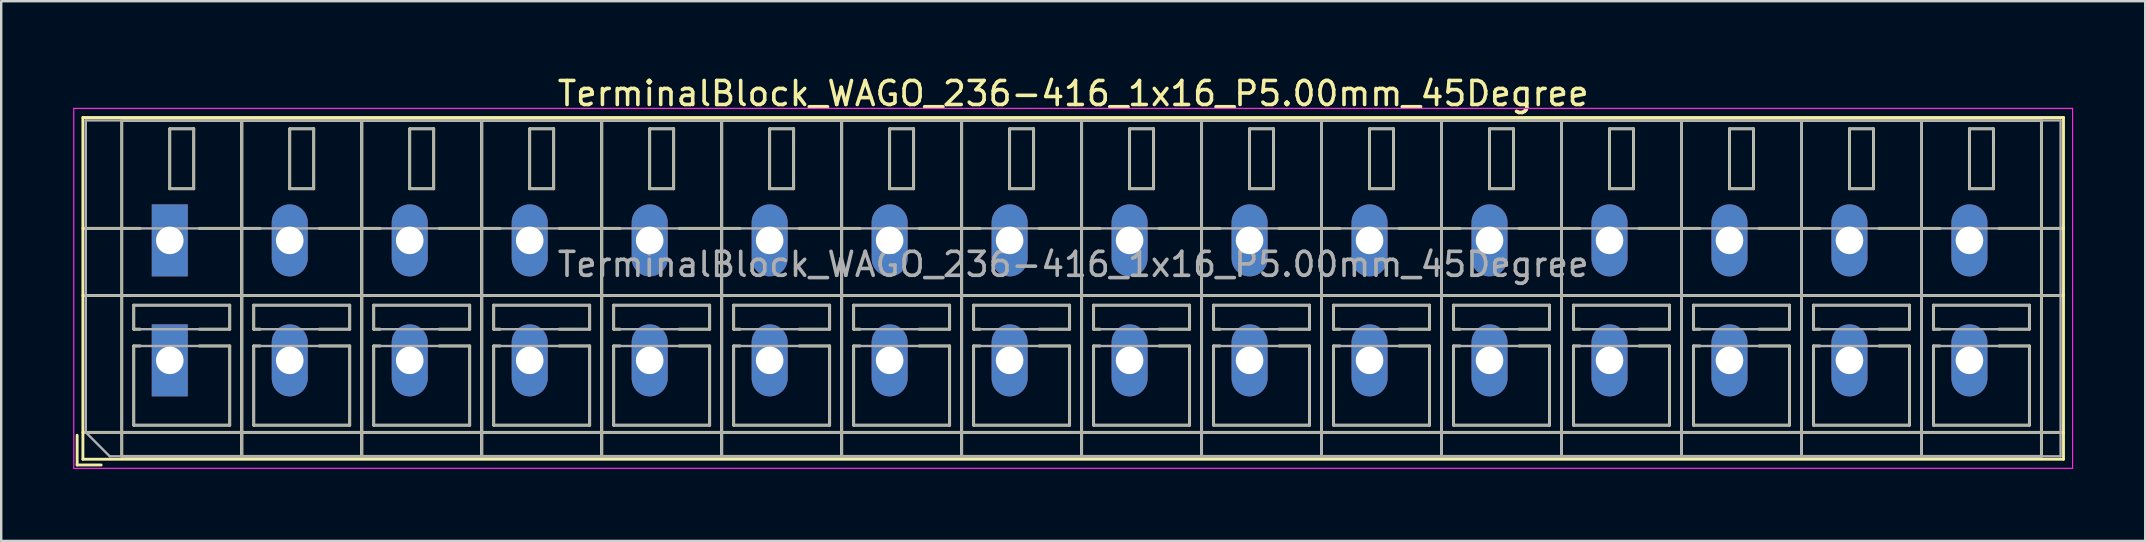
<source format=kicad_pcb>
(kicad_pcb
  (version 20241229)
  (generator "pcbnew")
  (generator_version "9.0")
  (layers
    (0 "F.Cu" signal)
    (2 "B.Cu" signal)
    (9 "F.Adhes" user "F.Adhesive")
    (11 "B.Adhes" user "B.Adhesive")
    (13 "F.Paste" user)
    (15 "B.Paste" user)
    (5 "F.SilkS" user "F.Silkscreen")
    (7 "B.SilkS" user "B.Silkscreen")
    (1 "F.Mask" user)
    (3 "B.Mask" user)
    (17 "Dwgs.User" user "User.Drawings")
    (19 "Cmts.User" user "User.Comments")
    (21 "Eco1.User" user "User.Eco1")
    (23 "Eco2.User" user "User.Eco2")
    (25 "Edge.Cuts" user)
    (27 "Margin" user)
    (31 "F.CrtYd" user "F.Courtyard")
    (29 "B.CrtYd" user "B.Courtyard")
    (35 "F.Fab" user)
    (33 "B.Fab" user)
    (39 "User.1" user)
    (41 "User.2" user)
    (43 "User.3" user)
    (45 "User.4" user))
  (footprint "TerminalBlock_WAGO_236-416_1x16_P5.00mm_45Degree"
    (layer "F.Cu")
    (at 4.025 6.968)
    (property "Reference" "TerminalBlock_WAGO_236-416_1x16_P5.00mm_45Degree" (at 37.65 -6.12 0) (layer "F.SilkS") (effects (font (size 1 1) (thickness 0.15))))
    (attr through_hole)
    (fp_line (start -3.86 8.12) (end -3.86 9.36) (stroke (width 0.12) (type solid)) (layer "F.SilkS"))
    (fp_line (start -3.86 9.36) (end -2.86 9.36) (stroke (width 0.12) (type solid)) (layer "F.SilkS"))
    (fp_line (start -3.62 -5.12) (end -3.62 9.12) (stroke (width 0.12) (type solid)) (layer "F.SilkS"))
    (fp_line (start -3.62 -5.12) (end 78.92 -5.12) (stroke (width 0.12) (type solid)) (layer "F.SilkS"))
    (fp_line (start -3.62 -0.5) (end -1.23 -0.5) (stroke (width 0.12) (type solid)) (layer "F.SilkS"))
    (fp_line (start -3.62 2.3) (end 78.92 2.3) (stroke (width 0.12) (type solid)) (layer "F.SilkS"))
    (fp_line (start -3.62 8) (end 78.92 8) (stroke (width 0.12) (type solid)) (layer "F.SilkS"))
    (fp_line (start -3.62 9.12) (end 78.92 9.12) (stroke (width 0.12) (type solid)) (layer "F.SilkS"))
    (fp_line (start -2 -5) (end -2 9) (stroke (width 0.12) (type solid)) (layer "F.SilkS"))
    (fp_line (start -2 -5) (end 3 -5) (stroke (width 0.12) (type solid)) (layer "F.SilkS"))
    (fp_line (start -2 9) (end 3 9) (stroke (width 0.12) (type solid)) (layer "F.SilkS"))
    (fp_line (start -1.5 2.7) (end -1.5 3.7) (stroke (width 0.12) (type solid)) (layer "F.SilkS"))
    (fp_line (start -1.5 2.7) (end 2.5 2.7) (stroke (width 0.12) (type solid)) (layer "F.SilkS"))
    (fp_line (start -1.5 3.7) (end -1.23 3.7) (stroke (width 0.12) (type solid)) (layer "F.SilkS"))
    (fp_line (start -1.5 4.4) (end -1.5 7.7) (stroke (width 0.12) (type solid)) (layer "F.SilkS"))
    (fp_line (start -1.5 4.4) (end -1.23 4.4) (stroke (width 0.12) (type solid)) (layer "F.SilkS"))
    (fp_line (start -1.5 7.7) (end 2.5 7.7) (stroke (width 0.12) (type solid)) (layer "F.SilkS"))
    (fp_line (start 0 -4.65) (end 0 -2.151) (stroke (width 0.12) (type solid)) (layer "F.SilkS"))
    (fp_line (start 0 -4.65) (end 1 -4.65) (stroke (width 0.12) (type solid)) (layer "F.SilkS"))
    (fp_line (start 0 -2.151) (end 1 -2.151) (stroke (width 0.12) (type solid)) (layer "F.SilkS"))
    (fp_line (start 1 -4.65) (end 1 -2.151) (stroke (width 0.12) (type solid)) (layer "F.SilkS"))
    (fp_line (start 1.23 -0.5) (end 3.77 -0.5) (stroke (width 0.12) (type solid)) (layer "F.SilkS"))
    (fp_line (start 1.23 3.7) (end 2.5 3.7) (stroke (width 0.12) (type solid)) (layer "F.SilkS"))
    (fp_line (start 1.23 4.4) (end 2.5 4.4) (stroke (width 0.12) (type solid)) (layer "F.SilkS"))
    (fp_line (start 2.5 2.7) (end 2.5 3.7) (stroke (width 0.12) (type solid)) (layer "F.SilkS"))
    (fp_line (start 2.5 4.4) (end 2.5 7.7) (stroke (width 0.12) (type solid)) (layer "F.SilkS"))
    (fp_line (start 3 -5) (end 3 9) (stroke (width 0.12) (type solid)) (layer "F.SilkS"))
    (fp_line (start 3 -5) (end 3 9) (stroke (width 0.12) (type solid)) (layer "F.SilkS"))
    (fp_line (start 3 -5) (end 8 -5) (stroke (width 0.12) (type solid)) (layer "F.SilkS"))
    (fp_line (start 3 9) (end 8 9) (stroke (width 0.12) (type solid)) (layer "F.SilkS"))
    (fp_line (start 3.5 2.7) (end 3.5 3.7) (stroke (width 0.12) (type solid)) (layer "F.SilkS"))
    (fp_line (start 3.5 2.7) (end 7.5 2.7) (stroke (width 0.12) (type solid)) (layer "F.SilkS"))
    (fp_line (start 3.5 3.7) (end 3.77 3.7) (stroke (width 0.12) (type solid)) (layer "F.SilkS"))
    (fp_line (start 3.5 4.4) (end 3.5 7.7) (stroke (width 0.12) (type solid)) (layer "F.SilkS"))
    (fp_line (start 3.5 4.4) (end 3.77 4.4) (stroke (width 0.12) (type solid)) (layer "F.SilkS"))
    (fp_line (start 3.5 7.7) (end 7.5 7.7) (stroke (width 0.12) (type solid)) (layer "F.SilkS"))
    (fp_line (start 5 -4.65) (end 5 -2.151) (stroke (width 0.12) (type solid)) (layer "F.SilkS"))
    (fp_line (start 5 -4.65) (end 6 -4.65) (stroke (width 0.12) (type solid)) (layer "F.SilkS"))
    (fp_line (start 5 -2.151) (end 6 -2.151) (stroke (width 0.12) (type solid)) (layer "F.SilkS"))
    (fp_line (start 6 -4.65) (end 6 -2.151) (stroke (width 0.12) (type solid)) (layer "F.SilkS"))
    (fp_line (start 6.23 -0.5) (end 8.77 -0.5) (stroke (width 0.12) (type solid)) (layer "F.SilkS"))
    (fp_line (start 6.23 3.7) (end 7.5 3.7) (stroke (width 0.12) (type solid)) (layer "F.SilkS"))
    (fp_line (start 6.23 4.4) (end 7.5 4.4) (stroke (width 0.12) (type solid)) (layer "F.SilkS"))
    (fp_line (start 7.5 2.7) (end 7.5 3.7) (stroke (width 0.12) (type solid)) (layer "F.SilkS"))
    (fp_line (start 7.5 4.4) (end 7.5 7.7) (stroke (width 0.12) (type solid)) (layer "F.SilkS"))
    (fp_line (start 8 -5) (end 8 9) (stroke (width 0.12) (type solid)) (layer "F.SilkS"))
    (fp_line (start 8 -5) (end 8 9) (stroke (width 0.12) (type solid)) (layer "F.SilkS"))
    (fp_line (start 8 -5) (end 13 -5) (stroke (width 0.12) (type solid)) (layer "F.SilkS"))
    (fp_line (start 8 9) (end 13 9) (stroke (width 0.12) (type solid)) (layer "F.SilkS"))
    (fp_line (start 8.5 2.7) (end 8.5 3.7) (stroke (width 0.12) (type solid)) (layer "F.SilkS"))
    (fp_line (start 8.5 2.7) (end 12.5 2.7) (stroke (width 0.12) (type solid)) (layer "F.SilkS"))
    (fp_line (start 8.5 3.7) (end 8.77 3.7) (stroke (width 0.12) (type solid)) (layer "F.SilkS"))
    (fp_line (start 8.5 4.4) (end 8.5 7.7) (stroke (width 0.12) (type solid)) (layer "F.SilkS"))
    (fp_line (start 8.5 4.4) (end 8.77 4.4) (stroke (width 0.12) (type solid)) (layer "F.SilkS"))
    (fp_line (start 8.5 7.7) (end 12.5 7.7) (stroke (width 0.12) (type solid)) (layer "F.SilkS"))
    (fp_line (start 10 -4.65) (end 10 -2.151) (stroke (width 0.12) (type solid)) (layer "F.SilkS"))
    (fp_line (start 10 -4.65) (end 11 -4.65) (stroke (width 0.12) (type solid)) (layer "F.SilkS"))
    (fp_line (start 10 -2.151) (end 11 -2.151) (stroke (width 0.12) (type solid)) (layer "F.SilkS"))
    (fp_line (start 11 -4.65) (end 11 -2.151) (stroke (width 0.12) (type solid)) (layer "F.SilkS"))
    (fp_line (start 11.23 -0.5) (end 13.77 -0.5) (stroke (width 0.12) (type solid)) (layer "F.SilkS"))
    (fp_line (start 11.23 3.7) (end 12.5 3.7) (stroke (width 0.12) (type solid)) (layer "F.SilkS"))
    (fp_line (start 11.23 4.4) (end 12.5 4.4) (stroke (width 0.12) (type solid)) (layer "F.SilkS"))
    (fp_line (start 12.5 2.7) (end 12.5 3.7) (stroke (width 0.12) (type solid)) (layer "F.SilkS"))
    (fp_line (start 12.5 4.4) (end 12.5 7.7) (stroke (width 0.12) (type solid)) (layer "F.SilkS"))
    (fp_line (start 13 -5) (end 13 9) (stroke (width 0.12) (type solid)) (layer "F.SilkS"))
    (fp_line (start 13 -5) (end 13 9) (stroke (width 0.12) (type solid)) (layer "F.SilkS"))
    (fp_line (start 13 -5) (end 18 -5) (stroke (width 0.12) (type solid)) (layer "F.SilkS"))
    (fp_line (start 13 9) (end 18 9) (stroke (width 0.12) (type solid)) (layer "F.SilkS"))
    (fp_line (start 13.5 2.7) (end 13.5 3.7) (stroke (width 0.12) (type solid)) (layer "F.SilkS"))
    (fp_line (start 13.5 2.7) (end 17.5 2.7) (stroke (width 0.12) (type solid)) (layer "F.SilkS"))
    (fp_line (start 13.5 3.7) (end 13.77 3.7) (stroke (width 0.12) (type solid)) (layer "F.SilkS"))
    (fp_line (start 13.5 4.4) (end 13.5 7.7) (stroke (width 0.12) (type solid)) (layer "F.SilkS"))
    (fp_line (start 13.5 4.4) (end 13.77 4.4) (stroke (width 0.12) (type solid)) (layer "F.SilkS"))
    (fp_line (start 13.5 7.7) (end 17.5 7.7) (stroke (width 0.12) (type solid)) (layer "F.SilkS"))
    (fp_line (start 15 -4.65) (end 15 -2.151) (stroke (width 0.12) (type solid)) (layer "F.SilkS"))
    (fp_line (start 15 -4.65) (end 16 -4.65) (stroke (width 0.12) (type solid)) (layer "F.SilkS"))
    (fp_line (start 15 -2.151) (end 16 -2.151) (stroke (width 0.12) (type solid)) (layer "F.SilkS"))
    (fp_line (start 16 -4.65) (end 16 -2.151) (stroke (width 0.12) (type solid)) (layer "F.SilkS"))
    (fp_line (start 16.23 -0.5) (end 18.77 -0.5) (stroke (width 0.12) (type solid)) (layer "F.SilkS"))
    (fp_line (start 16.23 3.7) (end 17.5 3.7) (stroke (width 0.12) (type solid)) (layer "F.SilkS"))
    (fp_line (start 16.23 4.4) (end 17.5 4.4) (stroke (width 0.12) (type solid)) (layer "F.SilkS"))
    (fp_line (start 17.5 2.7) (end 17.5 3.7) (stroke (width 0.12) (type solid)) (layer "F.SilkS"))
    (fp_line (start 17.5 4.4) (end 17.5 7.7) (stroke (width 0.12) (type solid)) (layer "F.SilkS"))
    (fp_line (start 18 -5) (end 18 9) (stroke (width 0.12) (type solid)) (layer "F.SilkS"))
    (fp_line (start 18 -5) (end 18 9) (stroke (width 0.12) (type solid)) (layer "F.SilkS"))
    (fp_line (start 18 -5) (end 23 -5) (stroke (width 0.12) (type solid)) (layer "F.SilkS"))
    (fp_line (start 18 9) (end 23 9) (stroke (width 0.12) (type solid)) (layer "F.SilkS"))
    (fp_line (start 18.5 2.7) (end 18.5 3.7) (stroke (width 0.12) (type solid)) (layer "F.SilkS"))
    (fp_line (start 18.5 2.7) (end 22.5 2.7) (stroke (width 0.12) (type solid)) (layer "F.SilkS"))
    (fp_line (start 18.5 3.7) (end 18.77 3.7) (stroke (width 0.12) (type solid)) (layer "F.SilkS"))
    (fp_line (start 18.5 4.4) (end 18.5 7.7) (stroke (width 0.12) (type solid)) (layer "F.SilkS"))
    (fp_line (start 18.5 4.4) (end 18.77 4.4) (stroke (width 0.12) (type solid)) (layer "F.SilkS"))
    (fp_line (start 18.5 7.7) (end 22.5 7.7) (stroke (width 0.12) (type solid)) (layer "F.SilkS"))
    (fp_line (start 20 -4.65) (end 20 -2.151) (stroke (width 0.12) (type solid)) (layer "F.SilkS"))
    (fp_line (start 20 -4.65) (end 21 -4.65) (stroke (width 0.12) (type solid)) (layer "F.SilkS"))
    (fp_line (start 20 -2.151) (end 21 -2.151) (stroke (width 0.12) (type solid)) (layer "F.SilkS"))
    (fp_line (start 21 -4.65) (end 21 -2.151) (stroke (width 0.12) (type solid)) (layer "F.SilkS"))
    (fp_line (start 21.23 -0.5) (end 23.77 -0.5) (stroke (width 0.12) (type solid)) (layer "F.SilkS"))
    (fp_line (start 21.23 3.7) (end 22.5 3.7) (stroke (width 0.12) (type solid)) (layer "F.SilkS"))
    (fp_line (start 21.23 4.4) (end 22.5 4.4) (stroke (width 0.12) (type solid)) (layer "F.SilkS"))
    (fp_line (start 22.5 2.7) (end 22.5 3.7) (stroke (width 0.12) (type solid)) (layer "F.SilkS"))
    (fp_line (start 22.5 4.4) (end 22.5 7.7) (stroke (width 0.12) (type solid)) (layer "F.SilkS"))
    (fp_line (start 23 -5) (end 23 9) (stroke (width 0.12) (type solid)) (layer "F.SilkS"))
    (fp_line (start 23 -5) (end 23 9) (stroke (width 0.12) (type solid)) (layer "F.SilkS"))
    (fp_line (start 23 -5) (end 28 -5) (stroke (width 0.12) (type solid)) (layer "F.SilkS"))
    (fp_line (start 23 9) (end 28 9) (stroke (width 0.12) (type solid)) (layer "F.SilkS"))
    (fp_line (start 23.5 2.7) (end 23.5 3.7) (stroke (width 0.12) (type solid)) (layer "F.SilkS"))
    (fp_line (start 23.5 2.7) (end 27.5 2.7) (stroke (width 0.12) (type solid)) (layer "F.SilkS"))
    (fp_line (start 23.5 3.7) (end 23.77 3.7) (stroke (width 0.12) (type solid)) (layer "F.SilkS"))
    (fp_line (start 23.5 4.4) (end 23.5 7.7) (stroke (width 0.12) (type solid)) (layer "F.SilkS"))
    (fp_line (start 23.5 4.4) (end 23.77 4.4) (stroke (width 0.12) (type solid)) (layer "F.SilkS"))
    (fp_line (start 23.5 7.7) (end 27.5 7.7) (stroke (width 0.12) (type solid)) (layer "F.SilkS"))
    (fp_line (start 25 -4.65) (end 25 -2.151) (stroke (width 0.12) (type solid)) (layer "F.SilkS"))
    (fp_line (start 25 -4.65) (end 26 -4.65) (stroke (width 0.12) (type solid)) (layer "F.SilkS"))
    (fp_line (start 25 -2.151) (end 26 -2.151) (stroke (width 0.12) (type solid)) (layer "F.SilkS"))
    (fp_line (start 26 -4.65) (end 26 -2.151) (stroke (width 0.12) (type solid)) (layer "F.SilkS"))
    (fp_line (start 26.23 -0.5) (end 28.77 -0.5) (stroke (width 0.12) (type solid)) (layer "F.SilkS"))
    (fp_line (start 26.23 3.7) (end 27.5 3.7) (stroke (width 0.12) (type solid)) (layer "F.SilkS"))
    (fp_line (start 26.23 4.4) (end 27.5 4.4) (stroke (width 0.12) (type solid)) (layer "F.SilkS"))
    (fp_line (start 27.5 2.7) (end 27.5 3.7) (stroke (width 0.12) (type solid)) (layer "F.SilkS"))
    (fp_line (start 27.5 4.4) (end 27.5 7.7) (stroke (width 0.12) (type solid)) (layer "F.SilkS"))
    (fp_line (start 28 -5) (end 28 9) (stroke (width 0.12) (type solid)) (layer "F.SilkS"))
    (fp_line (start 28 -5) (end 28 9) (stroke (width 0.12) (type solid)) (layer "F.SilkS"))
    (fp_line (start 28 -5) (end 33 -5) (stroke (width 0.12) (type solid)) (layer "F.SilkS"))
    (fp_line (start 28 9) (end 33 9) (stroke (width 0.12) (type solid)) (layer "F.SilkS"))
    (fp_line (start 28.5 2.7) (end 28.5 3.7) (stroke (width 0.12) (type solid)) (layer "F.SilkS"))
    (fp_line (start 28.5 2.7) (end 32.5 2.7) (stroke (width 0.12) (type solid)) (layer "F.SilkS"))
    (fp_line (start 28.5 3.7) (end 28.77 3.7) (stroke (width 0.12) (type solid)) (layer "F.SilkS"))
    (fp_line (start 28.5 4.4) (end 28.5 7.7) (stroke (width 0.12) (type solid)) (layer "F.SilkS"))
    (fp_line (start 28.5 4.4) (end 28.77 4.4) (stroke (width 0.12) (type solid)) (layer "F.SilkS"))
    (fp_line (start 28.5 7.7) (end 32.5 7.7) (stroke (width 0.12) (type solid)) (layer "F.SilkS"))
    (fp_line (start 30 -4.65) (end 30 -2.151) (stroke (width 0.12) (type solid)) (layer "F.SilkS"))
    (fp_line (start 30 -4.65) (end 31 -4.65) (stroke (width 0.12) (type solid)) (layer "F.SilkS"))
    (fp_line (start 30 -2.151) (end 31 -2.151) (stroke (width 0.12) (type solid)) (layer "F.SilkS"))
    (fp_line (start 31 -4.65) (end 31 -2.151) (stroke (width 0.12) (type solid)) (layer "F.SilkS"))
    (fp_line (start 31.23 -0.5) (end 33.77 -0.5) (stroke (width 0.12) (type solid)) (layer "F.SilkS"))
    (fp_line (start 31.23 3.7) (end 32.5 3.7) (stroke (width 0.12) (type solid)) (layer "F.SilkS"))
    (fp_line (start 31.23 4.4) (end 32.5 4.4) (stroke (width 0.12) (type solid)) (layer "F.SilkS"))
    (fp_line (start 32.5 2.7) (end 32.5 3.7) (stroke (width 0.12) (type solid)) (layer "F.SilkS"))
    (fp_line (start 32.5 4.4) (end 32.5 7.7) (stroke (width 0.12) (type solid)) (layer "F.SilkS"))
    (fp_line (start 33 -5) (end 33 9) (stroke (width 0.12) (type solid)) (layer "F.SilkS"))
    (fp_line (start 33 -5) (end 33 9) (stroke (width 0.12) (type solid)) (layer "F.SilkS"))
    (fp_line (start 33 -5) (end 38 -5) (stroke (width 0.12) (type solid)) (layer "F.SilkS"))
    (fp_line (start 33 9) (end 38 9) (stroke (width 0.12) (type solid)) (layer "F.SilkS"))
    (fp_line (start 33.5 2.7) (end 33.5 3.7) (stroke (width 0.12) (type solid)) (layer "F.SilkS"))
    (fp_line (start 33.5 2.7) (end 37.5 2.7) (stroke (width 0.12) (type solid)) (layer "F.SilkS"))
    (fp_line (start 33.5 3.7) (end 33.77 3.7) (stroke (width 0.12) (type solid)) (layer "F.SilkS"))
    (fp_line (start 33.5 4.4) (end 33.5 7.7) (stroke (width 0.12) (type solid)) (layer "F.SilkS"))
    (fp_line (start 33.5 4.4) (end 33.77 4.4) (stroke (width 0.12) (type solid)) (layer "F.SilkS"))
    (fp_line (start 33.5 7.7) (end 37.5 7.7) (stroke (width 0.12) (type solid)) (layer "F.SilkS"))
    (fp_line (start 35 -4.65) (end 35 -2.151) (stroke (width 0.12) (type solid)) (layer "F.SilkS"))
    (fp_line (start 35 -4.65) (end 36 -4.65) (stroke (width 0.12) (type solid)) (layer "F.SilkS"))
    (fp_line (start 35 -2.151) (end 36 -2.151) (stroke (width 0.12) (type solid)) (layer "F.SilkS"))
    (fp_line (start 36 -4.65) (end 36 -2.151) (stroke (width 0.12) (type solid)) (layer "F.SilkS"))
    (fp_line (start 36.23 -0.5) (end 38.77 -0.5) (stroke (width 0.12) (type solid)) (layer "F.SilkS"))
    (fp_line (start 36.23 3.7) (end 37.5 3.7) (stroke (width 0.12) (type solid)) (layer "F.SilkS"))
    (fp_line (start 36.23 4.4) (end 37.5 4.4) (stroke (width 0.12) (type solid)) (layer "F.SilkS"))
    (fp_line (start 37.5 2.7) (end 37.5 3.7) (stroke (width 0.12) (type solid)) (layer "F.SilkS"))
    (fp_line (start 37.5 4.4) (end 37.5 7.7) (stroke (width 0.12) (type solid)) (layer "F.SilkS"))
    (fp_line (start 38 -5) (end 38 9) (stroke (width 0.12) (type solid)) (layer "F.SilkS"))
    (fp_line (start 38 -5) (end 38 9) (stroke (width 0.12) (type solid)) (layer "F.SilkS"))
    (fp_line (start 38 -5) (end 43 -5) (stroke (width 0.12) (type solid)) (layer "F.SilkS"))
    (fp_line (start 38 9) (end 43 9) (stroke (width 0.12) (type solid)) (layer "F.SilkS"))
    (fp_line (start 38.5 2.7) (end 38.5 3.7) (stroke (width 0.12) (type solid)) (layer "F.SilkS"))
    (fp_line (start 38.5 2.7) (end 42.5 2.7) (stroke (width 0.12) (type solid)) (layer "F.SilkS"))
    (fp_line (start 38.5 3.7) (end 38.77 3.7) (stroke (width 0.12) (type solid)) (layer "F.SilkS"))
    (fp_line (start 38.5 4.4) (end 38.5 7.7) (stroke (width 0.12) (type solid)) (layer "F.SilkS"))
    (fp_line (start 38.5 4.4) (end 38.77 4.4) (stroke (width 0.12) (type solid)) (layer "F.SilkS"))
    (fp_line (start 38.5 7.7) (end 42.5 7.7) (stroke (width 0.12) (type solid)) (layer "F.SilkS"))
    (fp_line (start 40 -4.65) (end 40 -2.151) (stroke (width 0.12) (type solid)) (layer "F.SilkS"))
    (fp_line (start 40 -4.65) (end 41 -4.65) (stroke (width 0.12) (type solid)) (layer "F.SilkS"))
    (fp_line (start 40 -2.151) (end 41 -2.151) (stroke (width 0.12) (type solid)) (layer "F.SilkS"))
    (fp_line (start 41 -4.65) (end 41 -2.151) (stroke (width 0.12) (type solid)) (layer "F.SilkS"))
    (fp_line (start 41.23 -0.5) (end 43.77 -0.5) (stroke (width 0.12) (type solid)) (layer "F.SilkS"))
    (fp_line (start 41.23 3.7) (end 42.5 3.7) (stroke (width 0.12) (type solid)) (layer "F.SilkS"))
    (fp_line (start 41.23 4.4) (end 42.5 4.4) (stroke (width 0.12) (type solid)) (layer "F.SilkS"))
    (fp_line (start 42.5 2.7) (end 42.5 3.7) (stroke (width 0.12) (type solid)) (layer "F.SilkS"))
    (fp_line (start 42.5 4.4) (end 42.5 7.7) (stroke (width 0.12) (type solid)) (layer "F.SilkS"))
    (fp_line (start 43 -5) (end 43 9) (stroke (width 0.12) (type solid)) (layer "F.SilkS"))
    (fp_line (start 43 -5) (end 43 9) (stroke (width 0.12) (type solid)) (layer "F.SilkS"))
    (fp_line (start 43 -5) (end 48 -5) (stroke (width 0.12) (type solid)) (layer "F.SilkS"))
    (fp_line (start 43 9) (end 48 9) (stroke (width 0.12) (type solid)) (layer "F.SilkS"))
    (fp_line (start 43.5 2.7) (end 43.5 3.7) (stroke (width 0.12) (type solid)) (layer "F.SilkS"))
    (fp_line (start 43.5 2.7) (end 47.5 2.7) (stroke (width 0.12) (type solid)) (layer "F.SilkS"))
    (fp_line (start 43.5 3.7) (end 43.77 3.7) (stroke (width 0.12) (type solid)) (layer "F.SilkS"))
    (fp_line (start 43.5 4.4) (end 43.5 7.7) (stroke (width 0.12) (type solid)) (layer "F.SilkS"))
    (fp_line (start 43.5 4.4) (end 43.77 4.4) (stroke (width 0.12) (type solid)) (layer "F.SilkS"))
    (fp_line (start 43.5 7.7) (end 47.5 7.7) (stroke (width 0.12) (type solid)) (layer "F.SilkS"))
    (fp_line (start 45 -4.65) (end 45 -2.151) (stroke (width 0.12) (type solid)) (layer "F.SilkS"))
    (fp_line (start 45 -4.65) (end 46 -4.65) (stroke (width 0.12) (type solid)) (layer "F.SilkS"))
    (fp_line (start 45 -2.151) (end 46 -2.151) (stroke (width 0.12) (type solid)) (layer "F.SilkS"))
    (fp_line (start 46 -4.65) (end 46 -2.151) (stroke (width 0.12) (type solid)) (layer "F.SilkS"))
    (fp_line (start 46.23 -0.5) (end 48.77 -0.5) (stroke (width 0.12) (type solid)) (layer "F.SilkS"))
    (fp_line (start 46.23 3.7) (end 47.5 3.7) (stroke (width 0.12) (type solid)) (layer "F.SilkS"))
    (fp_line (start 46.23 4.4) (end 47.5 4.4) (stroke (width 0.12) (type solid)) (layer "F.SilkS"))
    (fp_line (start 47.5 2.7) (end 47.5 3.7) (stroke (width 0.12) (type solid)) (layer "F.SilkS"))
    (fp_line (start 47.5 4.4) (end 47.5 7.7) (stroke (width 0.12) (type solid)) (layer "F.SilkS"))
    (fp_line (start 48 -5) (end 48 9) (stroke (width 0.12) (type solid)) (layer "F.SilkS"))
    (fp_line (start 48 -5) (end 48 9) (stroke (width 0.12) (type solid)) (layer "F.SilkS"))
    (fp_line (start 48 -5) (end 53 -5) (stroke (width 0.12) (type solid)) (layer "F.SilkS"))
    (fp_line (start 48 9) (end 53 9) (stroke (width 0.12) (type solid)) (layer "F.SilkS"))
    (fp_line (start 48.5 2.7) (end 48.5 3.7) (stroke (width 0.12) (type solid)) (layer "F.SilkS"))
    (fp_line (start 48.5 2.7) (end 52.5 2.7) (stroke (width 0.12) (type solid)) (layer "F.SilkS"))
    (fp_line (start 48.5 3.7) (end 48.77 3.7) (stroke (width 0.12) (type solid)) (layer "F.SilkS"))
    (fp_line (start 48.5 4.4) (end 48.5 7.7) (stroke (width 0.12) (type solid)) (layer "F.SilkS"))
    (fp_line (start 48.5 4.4) (end 48.77 4.4) (stroke (width 0.12) (type solid)) (layer "F.SilkS"))
    (fp_line (start 48.5 7.7) (end 52.5 7.7) (stroke (width 0.12) (type solid)) (layer "F.SilkS"))
    (fp_line (start 50 -4.65) (end 50 -2.151) (stroke (width 0.12) (type solid)) (layer "F.SilkS"))
    (fp_line (start 50 -4.65) (end 51 -4.65) (stroke (width 0.12) (type solid)) (layer "F.SilkS"))
    (fp_line (start 50 -2.151) (end 51 -2.151) (stroke (width 0.12) (type solid)) (layer "F.SilkS"))
    (fp_line (start 51 -4.65) (end 51 -2.151) (stroke (width 0.12) (type solid)) (layer "F.SilkS"))
    (fp_line (start 51.23 -0.5) (end 53.77 -0.5) (stroke (width 0.12) (type solid)) (layer "F.SilkS"))
    (fp_line (start 51.23 3.7) (end 52.5 3.7) (stroke (width 0.12) (type solid)) (layer "F.SilkS"))
    (fp_line (start 51.23 4.4) (end 52.5 4.4) (stroke (width 0.12) (type solid)) (layer "F.SilkS"))
    (fp_line (start 52.5 2.7) (end 52.5 3.7) (stroke (width 0.12) (type solid)) (layer "F.SilkS"))
    (fp_line (start 52.5 4.4) (end 52.5 7.7) (stroke (width 0.12) (type solid)) (layer "F.SilkS"))
    (fp_line (start 53 -5) (end 53 9) (stroke (width 0.12) (type solid)) (layer "F.SilkS"))
    (fp_line (start 53 -5) (end 53 9) (stroke (width 0.12) (type solid)) (layer "F.SilkS"))
    (fp_line (start 53 -5) (end 58 -5) (stroke (width 0.12) (type solid)) (layer "F.SilkS"))
    (fp_line (start 53 9) (end 58 9) (stroke (width 0.12) (type solid)) (layer "F.SilkS"))
    (fp_line (start 53.5 2.7) (end 53.5 3.7) (stroke (width 0.12) (type solid)) (layer "F.SilkS"))
    (fp_line (start 53.5 2.7) (end 57.5 2.7) (stroke (width 0.12) (type solid)) (layer "F.SilkS"))
    (fp_line (start 53.5 3.7) (end 53.77 3.7) (stroke (width 0.12) (type solid)) (layer "F.SilkS"))
    (fp_line (start 53.5 4.4) (end 53.5 7.7) (stroke (width 0.12) (type solid)) (layer "F.SilkS"))
    (fp_line (start 53.5 4.4) (end 53.77 4.4) (stroke (width 0.12) (type solid)) (layer "F.SilkS"))
    (fp_line (start 53.5 7.7) (end 57.5 7.7) (stroke (width 0.12) (type solid)) (layer "F.SilkS"))
    (fp_line (start 55 -4.65) (end 55 -2.151) (stroke (width 0.12) (type solid)) (layer "F.SilkS"))
    (fp_line (start 55 -4.65) (end 56 -4.65) (stroke (width 0.12) (type solid)) (layer "F.SilkS"))
    (fp_line (start 55 -2.151) (end 56 -2.151) (stroke (width 0.12) (type solid)) (layer "F.SilkS"))
    (fp_line (start 56 -4.65) (end 56 -2.151) (stroke (width 0.12) (type solid)) (layer "F.SilkS"))
    (fp_line (start 56.23 -0.5) (end 58.77 -0.5) (stroke (width 0.12) (type solid)) (layer "F.SilkS"))
    (fp_line (start 56.23 3.7) (end 57.5 3.7) (stroke (width 0.12) (type solid)) (layer "F.SilkS"))
    (fp_line (start 56.23 4.4) (end 57.5 4.4) (stroke (width 0.12) (type solid)) (layer "F.SilkS"))
    (fp_line (start 57.5 2.7) (end 57.5 3.7) (stroke (width 0.12) (type solid)) (layer "F.SilkS"))
    (fp_line (start 57.5 4.4) (end 57.5 7.7) (stroke (width 0.12) (type solid)) (layer "F.SilkS"))
    (fp_line (start 58 -5) (end 58 9) (stroke (width 0.12) (type solid)) (layer "F.SilkS"))
    (fp_line (start 58 -5) (end 58 9) (stroke (width 0.12) (type solid)) (layer "F.SilkS"))
    (fp_line (start 58 -5) (end 63 -5) (stroke (width 0.12) (type solid)) (layer "F.SilkS"))
    (fp_line (start 58 9) (end 63 9) (stroke (width 0.12) (type solid)) (layer "F.SilkS"))
    (fp_line (start 58.5 2.7) (end 58.5 3.7) (stroke (width 0.12) (type solid)) (layer "F.SilkS"))
    (fp_line (start 58.5 2.7) (end 62.5 2.7) (stroke (width 0.12) (type solid)) (layer "F.SilkS"))
    (fp_line (start 58.5 3.7) (end 58.77 3.7) (stroke (width 0.12) (type solid)) (layer "F.SilkS"))
    (fp_line (start 58.5 4.4) (end 58.5 7.7) (stroke (width 0.12) (type solid)) (layer "F.SilkS"))
    (fp_line (start 58.5 4.4) (end 58.77 4.4) (stroke (width 0.12) (type solid)) (layer "F.SilkS"))
    (fp_line (start 58.5 7.7) (end 62.5 7.7) (stroke (width 0.12) (type solid)) (layer "F.SilkS"))
    (fp_line (start 60 -4.65) (end 60 -2.151) (stroke (width 0.12) (type solid)) (layer "F.SilkS"))
    (fp_line (start 60 -4.65) (end 61 -4.65) (stroke (width 0.12) (type solid)) (layer "F.SilkS"))
    (fp_line (start 60 -2.151) (end 61 -2.151) (stroke (width 0.12) (type solid)) (layer "F.SilkS"))
    (fp_line (start 61 -4.65) (end 61 -2.151) (stroke (width 0.12) (type solid)) (layer "F.SilkS"))
    (fp_line (start 61.23 -0.5) (end 63.77 -0.5) (stroke (width 0.12) (type solid)) (layer "F.SilkS"))
    (fp_line (start 61.23 3.7) (end 62.5 3.7) (stroke (width 0.12) (type solid)) (layer "F.SilkS"))
    (fp_line (start 61.23 4.4) (end 62.5 4.4) (stroke (width 0.12) (type solid)) (layer "F.SilkS"))
    (fp_line (start 62.5 2.7) (end 62.5 3.7) (stroke (width 0.12) (type solid)) (layer "F.SilkS"))
    (fp_line (start 62.5 4.4) (end 62.5 7.7) (stroke (width 0.12) (type solid)) (layer "F.SilkS"))
    (fp_line (start 63 -5) (end 63 9) (stroke (width 0.12) (type solid)) (layer "F.SilkS"))
    (fp_line (start 63 -5) (end 63 9) (stroke (width 0.12) (type solid)) (layer "F.SilkS"))
    (fp_line (start 63 -5) (end 68 -5) (stroke (width 0.12) (type solid)) (layer "F.SilkS"))
    (fp_line (start 63 9) (end 68 9) (stroke (width 0.12) (type solid)) (layer "F.SilkS"))
    (fp_line (start 63.5 2.7) (end 63.5 3.7) (stroke (width 0.12) (type solid)) (layer "F.SilkS"))
    (fp_line (start 63.5 2.7) (end 67.5 2.7) (stroke (width 0.12) (type solid)) (layer "F.SilkS"))
    (fp_line (start 63.5 3.7) (end 63.77 3.7) (stroke (width 0.12) (type solid)) (layer "F.SilkS"))
    (fp_line (start 63.5 4.4) (end 63.5 7.7) (stroke (width 0.12) (type solid)) (layer "F.SilkS"))
    (fp_line (start 63.5 4.4) (end 63.77 4.4) (stroke (width 0.12) (type solid)) (layer "F.SilkS"))
    (fp_line (start 63.5 7.7) (end 67.5 7.7) (stroke (width 0.12) (type solid)) (layer "F.SilkS"))
    (fp_line (start 65 -4.65) (end 65 -2.151) (stroke (width 0.12) (type solid)) (layer "F.SilkS"))
    (fp_line (start 65 -4.65) (end 66 -4.65) (stroke (width 0.12) (type solid)) (layer "F.SilkS"))
    (fp_line (start 65 -2.151) (end 66 -2.151) (stroke (width 0.12) (type solid)) (layer "F.SilkS"))
    (fp_line (start 66 -4.65) (end 66 -2.151) (stroke (width 0.12) (type solid)) (layer "F.SilkS"))
    (fp_line (start 66.23 -0.5) (end 68.77 -0.5) (stroke (width 0.12) (type solid)) (layer "F.SilkS"))
    (fp_line (start 66.23 3.7) (end 67.5 3.7) (stroke (width 0.12) (type solid)) (layer "F.SilkS"))
    (fp_line (start 66.23 4.4) (end 67.5 4.4) (stroke (width 0.12) (type solid)) (layer "F.SilkS"))
    (fp_line (start 67.5 2.7) (end 67.5 3.7) (stroke (width 0.12) (type solid)) (layer "F.SilkS"))
    (fp_line (start 67.5 4.4) (end 67.5 7.7) (stroke (width 0.12) (type solid)) (layer "F.SilkS"))
    (fp_line (start 68 -5) (end 68 9) (stroke (width 0.12) (type solid)) (layer "F.SilkS"))
    (fp_line (start 68 -5) (end 68 9) (stroke (width 0.12) (type solid)) (layer "F.SilkS"))
    (fp_line (start 68 -5) (end 73 -5) (stroke (width 0.12) (type solid)) (layer "F.SilkS"))
    (fp_line (start 68 9) (end 73 9) (stroke (width 0.12) (type solid)) (layer "F.SilkS"))
    (fp_line (start 68.5 2.7) (end 68.5 3.7) (stroke (width 0.12) (type solid)) (layer "F.SilkS"))
    (fp_line (start 68.5 2.7) (end 72.5 2.7) (stroke (width 0.12) (type solid)) (layer "F.SilkS"))
    (fp_line (start 68.5 3.7) (end 68.77 3.7) (stroke (width 0.12) (type solid)) (layer "F.SilkS"))
    (fp_line (start 68.5 4.4) (end 68.5 7.7) (stroke (width 0.12) (type solid)) (layer "F.SilkS"))
    (fp_line (start 68.5 4.4) (end 68.77 4.4) (stroke (width 0.12) (type solid)) (layer "F.SilkS"))
    (fp_line (start 68.5 7.7) (end 72.5 7.7) (stroke (width 0.12) (type solid)) (layer "F.SilkS"))
    (fp_line (start 70 -4.65) (end 70 -2.151) (stroke (width 0.12) (type solid)) (layer "F.SilkS"))
    (fp_line (start 70 -4.65) (end 71 -4.65) (stroke (width 0.12) (type solid)) (layer "F.SilkS"))
    (fp_line (start 70 -2.151) (end 71 -2.151) (stroke (width 0.12) (type solid)) (layer "F.SilkS"))
    (fp_line (start 71 -4.65) (end 71 -2.151) (stroke (width 0.12) (type solid)) (layer "F.SilkS"))
    (fp_line (start 71.23 -0.5) (end 73.77 -0.5) (stroke (width 0.12) (type solid)) (layer "F.SilkS"))
    (fp_line (start 71.23 3.7) (end 72.5 3.7) (stroke (width 0.12) (type solid)) (layer "F.SilkS"))
    (fp_line (start 71.23 4.4) (end 72.5 4.4) (stroke (width 0.12) (type solid)) (layer "F.SilkS"))
    (fp_line (start 72.5 2.7) (end 72.5 3.7) (stroke (width 0.12) (type solid)) (layer "F.SilkS"))
    (fp_line (start 72.5 4.4) (end 72.5 7.7) (stroke (width 0.12) (type solid)) (layer "F.SilkS"))
    (fp_line (start 73 -5) (end 73 9) (stroke (width 0.12) (type solid)) (layer "F.SilkS"))
    (fp_line (start 73 -5) (end 73 9) (stroke (width 0.12) (type solid)) (layer "F.SilkS"))
    (fp_line (start 73 -5) (end 78 -5) (stroke (width 0.12) (type solid)) (layer "F.SilkS"))
    (fp_line (start 73 9) (end 78 9) (stroke (width 0.12) (type solid)) (layer "F.SilkS"))
    (fp_line (start 73.5 2.7) (end 73.5 3.7) (stroke (width 0.12) (type solid)) (layer "F.SilkS"))
    (fp_line (start 73.5 2.7) (end 77.5 2.7) (stroke (width 0.12) (type solid)) (layer "F.SilkS"))
    (fp_line (start 73.5 3.7) (end 73.77 3.7) (stroke (width 0.12) (type solid)) (layer "F.SilkS"))
    (fp_line (start 73.5 4.4) (end 73.5 7.7) (stroke (width 0.12) (type solid)) (layer "F.SilkS"))
    (fp_line (start 73.5 4.4) (end 73.77 4.4) (stroke (width 0.12) (type solid)) (layer "F.SilkS"))
    (fp_line (start 73.5 7.7) (end 77.5 7.7) (stroke (width 0.12) (type solid)) (layer "F.SilkS"))
    (fp_line (start 75 -4.65) (end 75 -2.151) (stroke (width 0.12) (type solid)) (layer "F.SilkS"))
    (fp_line (start 75 -4.65) (end 76 -4.65) (stroke (width 0.12) (type solid)) (layer "F.SilkS"))
    (fp_line (start 75 -2.151) (end 76 -2.151) (stroke (width 0.12) (type solid)) (layer "F.SilkS"))
    (fp_line (start 76 -4.65) (end 76 -2.151) (stroke (width 0.12) (type solid)) (layer "F.SilkS"))
    (fp_line (start 76.23 -0.5) (end 78.92 -0.5) (stroke (width 0.12) (type solid)) (layer "F.SilkS"))
    (fp_line (start 76.23 3.7) (end 77.5 3.7) (stroke (width 0.12) (type solid)) (layer "F.SilkS"))
    (fp_line (start 76.23 4.4) (end 77.5 4.4) (stroke (width 0.12) (type solid)) (layer "F.SilkS"))
    (fp_line (start 77.5 2.7) (end 77.5 3.7) (stroke (width 0.12) (type solid)) (layer "F.SilkS"))
    (fp_line (start 77.5 4.4) (end 77.5 7.7) (stroke (width 0.12) (type solid)) (layer "F.SilkS"))
    (fp_line (start 78 -5) (end 78 9) (stroke (width 0.12) (type solid)) (layer "F.SilkS"))
    (fp_line (start 78.92 -5.12) (end 78.92 9.12) (stroke (width 0.12) (type solid)) (layer "F.SilkS"))
    (fp_line (start -4 -5.5) (end -4 9.5) (stroke (width 0.05) (type solid)) (layer "F.CrtYd"))
    (fp_line (start -4 9.5) (end 79.3 9.5) (stroke (width 0.05) (type solid)) (layer "F.CrtYd"))
    (fp_line (start 79.3 -5.5) (end -4 -5.5) (stroke (width 0.05) (type solid)) (layer "F.CrtYd"))
    (fp_line (start 79.3 9.5) (end 79.3 -5.5) (stroke (width 0.05) (type solid)) (layer "F.CrtYd"))
    (fp_line (start -3.5 -5) (end 78.8 -5) (stroke (width 0.1) (type solid)) (layer "F.Fab"))
    (fp_line (start -3.5 -0.5) (end 78.8 -0.5) (stroke (width 0.1) (type solid)) (layer "F.Fab"))
    (fp_line (start -3.5 2.3) (end 78.8 2.3) (stroke (width 0.1) (type solid)) (layer "F.Fab"))
    (fp_line (start -3.5 8) (end -3.5 -5) (stroke (width 0.1) (type solid)) (layer "F.Fab"))
    (fp_line (start -3.5 8) (end 78.8 8) (stroke (width 0.1) (type solid)) (layer "F.Fab"))
    (fp_line (start -2.5 9) (end -3.5 8) (stroke (width 0.1) (type solid)) (layer "F.Fab"))
    (fp_line (start -2 -5) (end -2 9) (stroke (width 0.1) (type solid)) (layer "F.Fab"))
    (fp_line (start -2 9) (end 3 9) (stroke (width 0.1) (type solid)) (layer "F.Fab"))
    (fp_line (start -1.5 2.7) (end -1.5 3.7) (stroke (width 0.1) (type solid)) (layer "F.Fab"))
    (fp_line (start -1.5 3.7) (end 2.5 3.7) (stroke (width 0.1) (type solid)) (layer "F.Fab"))
    (fp_line (start -1.5 4.4) (end -1.5 7.7) (stroke (width 0.1) (type solid)) (layer "F.Fab"))
    (fp_line (start -1.5 7.7) (end 2.5 7.7) (stroke (width 0.1) (type solid)) (layer "F.Fab"))
    (fp_line (start 0 -4.65) (end 0 -2.15) (stroke (width 0.1) (type solid)) (layer "F.Fab"))
    (fp_line (start 0 -2.15) (end 1 -2.15) (stroke (width 0.1) (type solid)) (layer "F.Fab"))
    (fp_line (start 1 -4.65) (end 0 -4.65) (stroke (width 0.1) (type solid)) (layer "F.Fab"))
    (fp_line (start 1 -2.15) (end 1 -4.65) (stroke (width 0.1) (type solid)) (layer "F.Fab"))
    (fp_line (start 2.5 2.7) (end -1.5 2.7) (stroke (width 0.1) (type solid)) (layer "F.Fab"))
    (fp_line (start 2.5 3.7) (end 2.5 2.7) (stroke (width 0.1) (type solid)) (layer "F.Fab"))
    (fp_line (start 2.5 4.4) (end -1.5 4.4) (stroke (width 0.1) (type solid)) (layer "F.Fab"))
    (fp_line (start 2.5 7.7) (end 2.5 4.4) (stroke (width 0.1) (type solid)) (layer "F.Fab"))
    (fp_line (start 3 -5) (end -2 -5) (stroke (width 0.1) (type solid)) (layer "F.Fab"))
    (fp_line (start 3 -5) (end 3 9) (stroke (width 0.1) (type solid)) (layer "F.Fab"))
    (fp_line (start 3 9) (end 3 -5) (stroke (width 0.1) (type solid)) (layer "F.Fab"))
    (fp_line (start 3 9) (end 8 9) (stroke (width 0.1) (type solid)) (layer "F.Fab"))
    (fp_line (start 3.5 2.7) (end 3.5 3.7) (stroke (width 0.1) (type solid)) (layer "F.Fab"))
    (fp_line (start 3.5 3.7) (end 7.5 3.7) (stroke (width 0.1) (type solid)) (layer "F.Fab"))
    (fp_line (start 3.5 4.4) (end 3.5 7.7) (stroke (width 0.1) (type solid)) (layer "F.Fab"))
    (fp_line (start 3.5 7.7) (end 7.5 7.7) (stroke (width 0.1) (type solid)) (layer "F.Fab"))
    (fp_line (start 5 -4.65) (end 5 -2.15) (stroke (width 0.1) (type solid)) (layer "F.Fab"))
    (fp_line (start 5 -2.15) (end 6 -2.15) (stroke (width 0.1) (type solid)) (layer "F.Fab"))
    (fp_line (start 6 -4.65) (end 5 -4.65) (stroke (width 0.1) (type solid)) (layer "F.Fab"))
    (fp_line (start 6 -2.15) (end 6 -4.65) (stroke (width 0.1) (type solid)) (layer "F.Fab"))
    (fp_line (start 7.5 2.7) (end 3.5 2.7) (stroke (width 0.1) (type solid)) (layer "F.Fab"))
    (fp_line (start 7.5 3.7) (end 7.5 2.7) (stroke (width 0.1) (type solid)) (layer "F.Fab"))
    (fp_line (start 7.5 4.4) (end 3.5 4.4) (stroke (width 0.1) (type solid)) (layer "F.Fab"))
    (fp_line (start 7.5 7.7) (end 7.5 4.4) (stroke (width 0.1) (type solid)) (layer "F.Fab"))
    (fp_line (start 8 -5) (end 3 -5) (stroke (width 0.1) (type solid)) (layer "F.Fab"))
    (fp_line (start 8 -5) (end 8 9) (stroke (width 0.1) (type solid)) (layer "F.Fab"))
    (fp_line (start 8 9) (end 8 -5) (stroke (width 0.1) (type solid)) (layer "F.Fab"))
    (fp_line (start 8 9) (end 13 9) (stroke (width 0.1) (type solid)) (layer "F.Fab"))
    (fp_line (start 8.5 2.7) (end 8.5 3.7) (stroke (width 0.1) (type solid)) (layer "F.Fab"))
    (fp_line (start 8.5 3.7) (end 12.5 3.7) (stroke (width 0.1) (type solid)) (layer "F.Fab"))
    (fp_line (start 8.5 4.4) (end 8.5 7.7) (stroke (width 0.1) (type solid)) (layer "F.Fab"))
    (fp_line (start 8.5 7.7) (end 12.5 7.7) (stroke (width 0.1) (type solid)) (layer "F.Fab"))
    (fp_line (start 10 -4.65) (end 10 -2.15) (stroke (width 0.1) (type solid)) (layer "F.Fab"))
    (fp_line (start 10 -2.15) (end 11 -2.15) (stroke (width 0.1) (type solid)) (layer "F.Fab"))
    (fp_line (start 11 -4.65) (end 10 -4.65) (stroke (width 0.1) (type solid)) (layer "F.Fab"))
    (fp_line (start 11 -2.15) (end 11 -4.65) (stroke (width 0.1) (type solid)) (layer "F.Fab"))
    (fp_line (start 12.5 2.7) (end 8.5 2.7) (stroke (width 0.1) (type solid)) (layer "F.Fab"))
    (fp_line (start 12.5 3.7) (end 12.5 2.7) (stroke (width 0.1) (type solid)) (layer "F.Fab"))
    (fp_line (start 12.5 4.4) (end 8.5 4.4) (stroke (width 0.1) (type solid)) (layer "F.Fab"))
    (fp_line (start 12.5 7.7) (end 12.5 4.4) (stroke (width 0.1) (type solid)) (layer "F.Fab"))
    (fp_line (start 13 -5) (end 8 -5) (stroke (width 0.1) (type solid)) (layer "F.Fab"))
    (fp_line (start 13 -5) (end 13 9) (stroke (width 0.1) (type solid)) (layer "F.Fab"))
    (fp_line (start 13 9) (end 13 -5) (stroke (width 0.1) (type solid)) (layer "F.Fab"))
    (fp_line (start 13 9) (end 18 9) (stroke (width 0.1) (type solid)) (layer "F.Fab"))
    (fp_line (start 13.5 2.7) (end 13.5 3.7) (stroke (width 0.1) (type solid)) (layer "F.Fab"))
    (fp_line (start 13.5 3.7) (end 17.5 3.7) (stroke (width 0.1) (type solid)) (layer "F.Fab"))
    (fp_line (start 13.5 4.4) (end 13.5 7.7) (stroke (width 0.1) (type solid)) (layer "F.Fab"))
    (fp_line (start 13.5 7.7) (end 17.5 7.7) (stroke (width 0.1) (type solid)) (layer "F.Fab"))
    (fp_line (start 15 -4.65) (end 15 -2.15) (stroke (width 0.1) (type solid)) (layer "F.Fab"))
    (fp_line (start 15 -2.15) (end 16 -2.15) (stroke (width 0.1) (type solid)) (layer "F.Fab"))
    (fp_line (start 16 -4.65) (end 15 -4.65) (stroke (width 0.1) (type solid)) (layer "F.Fab"))
    (fp_line (start 16 -2.15) (end 16 -4.65) (stroke (width 0.1) (type solid)) (layer "F.Fab"))
    (fp_line (start 17.5 2.7) (end 13.5 2.7) (stroke (width 0.1) (type solid)) (layer "F.Fab"))
    (fp_line (start 17.5 3.7) (end 17.5 2.7) (stroke (width 0.1) (type solid)) (layer "F.Fab"))
    (fp_line (start 17.5 4.4) (end 13.5 4.4) (stroke (width 0.1) (type solid)) (layer "F.Fab"))
    (fp_line (start 17.5 7.7) (end 17.5 4.4) (stroke (width 0.1) (type solid)) (layer "F.Fab"))
    (fp_line (start 18 -5) (end 13 -5) (stroke (width 0.1) (type solid)) (layer "F.Fab"))
    (fp_line (start 18 -5) (end 18 9) (stroke (width 0.1) (type solid)) (layer "F.Fab"))
    (fp_line (start 18 9) (end 18 -5) (stroke (width 0.1) (type solid)) (layer "F.Fab"))
    (fp_line (start 18 9) (end 23 9) (stroke (width 0.1) (type solid)) (layer "F.Fab"))
    (fp_line (start 18.5 2.7) (end 18.5 3.7) (stroke (width 0.1) (type solid)) (layer "F.Fab"))
    (fp_line (start 18.5 3.7) (end 22.5 3.7) (stroke (width 0.1) (type solid)) (layer "F.Fab"))
    (fp_line (start 18.5 4.4) (end 18.5 7.7) (stroke (width 0.1) (type solid)) (layer "F.Fab"))
    (fp_line (start 18.5 7.7) (end 22.5 7.7) (stroke (width 0.1) (type solid)) (layer "F.Fab"))
    (fp_line (start 20 -4.65) (end 20 -2.15) (stroke (width 0.1) (type solid)) (layer "F.Fab"))
    (fp_line (start 20 -2.15) (end 21 -2.15) (stroke (width 0.1) (type solid)) (layer "F.Fab"))
    (fp_line (start 21 -4.65) (end 20 -4.65) (stroke (width 0.1) (type solid)) (layer "F.Fab"))
    (fp_line (start 21 -2.15) (end 21 -4.65) (stroke (width 0.1) (type solid)) (layer "F.Fab"))
    (fp_line (start 22.5 2.7) (end 18.5 2.7) (stroke (width 0.1) (type solid)) (layer "F.Fab"))
    (fp_line (start 22.5 3.7) (end 22.5 2.7) (stroke (width 0.1) (type solid)) (layer "F.Fab"))
    (fp_line (start 22.5 4.4) (end 18.5 4.4) (stroke (width 0.1) (type solid)) (layer "F.Fab"))
    (fp_line (start 22.5 7.7) (end 22.5 4.4) (stroke (width 0.1) (type solid)) (layer "F.Fab"))
    (fp_line (start 23 -5) (end 18 -5) (stroke (width 0.1) (type solid)) (layer "F.Fab"))
    (fp_line (start 23 -5) (end 23 9) (stroke (width 0.1) (type solid)) (layer "F.Fab"))
    (fp_line (start 23 9) (end 23 -5) (stroke (width 0.1) (type solid)) (layer "F.Fab"))
    (fp_line (start 23 9) (end 28 9) (stroke (width 0.1) (type solid)) (layer "F.Fab"))
    (fp_line (start 23.5 2.7) (end 23.5 3.7) (stroke (width 0.1) (type solid)) (layer "F.Fab"))
    (fp_line (start 23.5 3.7) (end 27.5 3.7) (stroke (width 0.1) (type solid)) (layer "F.Fab"))
    (fp_line (start 23.5 4.4) (end 23.5 7.7) (stroke (width 0.1) (type solid)) (layer "F.Fab"))
    (fp_line (start 23.5 7.7) (end 27.5 7.7) (stroke (width 0.1) (type solid)) (layer "F.Fab"))
    (fp_line (start 25 -4.65) (end 25 -2.15) (stroke (width 0.1) (type solid)) (layer "F.Fab"))
    (fp_line (start 25 -2.15) (end 26 -2.15) (stroke (width 0.1) (type solid)) (layer "F.Fab"))
    (fp_line (start 26 -4.65) (end 25 -4.65) (stroke (width 0.1) (type solid)) (layer "F.Fab"))
    (fp_line (start 26 -2.15) (end 26 -4.65) (stroke (width 0.1) (type solid)) (layer "F.Fab"))
    (fp_line (start 27.5 2.7) (end 23.5 2.7) (stroke (width 0.1) (type solid)) (layer "F.Fab"))
    (fp_line (start 27.5 3.7) (end 27.5 2.7) (stroke (width 0.1) (type solid)) (layer "F.Fab"))
    (fp_line (start 27.5 4.4) (end 23.5 4.4) (stroke (width 0.1) (type solid)) (layer "F.Fab"))
    (fp_line (start 27.5 7.7) (end 27.5 4.4) (stroke (width 0.1) (type solid)) (layer "F.Fab"))
    (fp_line (start 28 -5) (end 23 -5) (stroke (width 0.1) (type solid)) (layer "F.Fab"))
    (fp_line (start 28 -5) (end 28 9) (stroke (width 0.1) (type solid)) (layer "F.Fab"))
    (fp_line (start 28 9) (end 28 -5) (stroke (width 0.1) (type solid)) (layer "F.Fab"))
    (fp_line (start 28 9) (end 33 9) (stroke (width 0.1) (type solid)) (layer "F.Fab"))
    (fp_line (start 28.5 2.7) (end 28.5 3.7) (stroke (width 0.1) (type solid)) (layer "F.Fab"))
    (fp_line (start 28.5 3.7) (end 32.5 3.7) (stroke (width 0.1) (type solid)) (layer "F.Fab"))
    (fp_line (start 28.5 4.4) (end 28.5 7.7) (stroke (width 0.1) (type solid)) (layer "F.Fab"))
    (fp_line (start 28.5 7.7) (end 32.5 7.7) (stroke (width 0.1) (type solid)) (layer "F.Fab"))
    (fp_line (start 30 -4.65) (end 30 -2.15) (stroke (width 0.1) (type solid)) (layer "F.Fab"))
    (fp_line (start 30 -2.15) (end 31 -2.15) (stroke (width 0.1) (type solid)) (layer "F.Fab"))
    (fp_line (start 31 -4.65) (end 30 -4.65) (stroke (width 0.1) (type solid)) (layer "F.Fab"))
    (fp_line (start 31 -2.15) (end 31 -4.65) (stroke (width 0.1) (type solid)) (layer "F.Fab"))
    (fp_line (start 32.5 2.7) (end 28.5 2.7) (stroke (width 0.1) (type solid)) (layer "F.Fab"))
    (fp_line (start 32.5 3.7) (end 32.5 2.7) (stroke (width 0.1) (type solid)) (layer "F.Fab"))
    (fp_line (start 32.5 4.4) (end 28.5 4.4) (stroke (width 0.1) (type solid)) (layer "F.Fab"))
    (fp_line (start 32.5 7.7) (end 32.5 4.4) (stroke (width 0.1) (type solid)) (layer "F.Fab"))
    (fp_line (start 33 -5) (end 28 -5) (stroke (width 0.1) (type solid)) (layer "F.Fab"))
    (fp_line (start 33 -5) (end 33 9) (stroke (width 0.1) (type solid)) (layer "F.Fab"))
    (fp_line (start 33 9) (end 33 -5) (stroke (width 0.1) (type solid)) (layer "F.Fab"))
    (fp_line (start 33 9) (end 38 9) (stroke (width 0.1) (type solid)) (layer "F.Fab"))
    (fp_line (start 33.5 2.7) (end 33.5 3.7) (stroke (width 0.1) (type solid)) (layer "F.Fab"))
    (fp_line (start 33.5 3.7) (end 37.5 3.7) (stroke (width 0.1) (type solid)) (layer "F.Fab"))
    (fp_line (start 33.5 4.4) (end 33.5 7.7) (stroke (width 0.1) (type solid)) (layer "F.Fab"))
    (fp_line (start 33.5 7.7) (end 37.5 7.7) (stroke (width 0.1) (type solid)) (layer "F.Fab"))
    (fp_line (start 35 -4.65) (end 35 -2.15) (stroke (width 0.1) (type solid)) (layer "F.Fab"))
    (fp_line (start 35 -2.15) (end 36 -2.15) (stroke (width 0.1) (type solid)) (layer "F.Fab"))
    (fp_line (start 36 -4.65) (end 35 -4.65) (stroke (width 0.1) (type solid)) (layer "F.Fab"))
    (fp_line (start 36 -2.15) (end 36 -4.65) (stroke (width 0.1) (type solid)) (layer "F.Fab"))
    (fp_line (start 37.5 2.7) (end 33.5 2.7) (stroke (width 0.1) (type solid)) (layer "F.Fab"))
    (fp_line (start 37.5 3.7) (end 37.5 2.7) (stroke (width 0.1) (type solid)) (layer "F.Fab"))
    (fp_line (start 37.5 4.4) (end 33.5 4.4) (stroke (width 0.1) (type solid)) (layer "F.Fab"))
    (fp_line (start 37.5 7.7) (end 37.5 4.4) (stroke (width 0.1) (type solid)) (layer "F.Fab"))
    (fp_line (start 38 -5) (end 33 -5) (stroke (width 0.1) (type solid)) (layer "F.Fab"))
    (fp_line (start 38 -5) (end 38 9) (stroke (width 0.1) (type solid)) (layer "F.Fab"))
    (fp_line (start 38 9) (end 38 -5) (stroke (width 0.1) (type solid)) (layer "F.Fab"))
    (fp_line (start 38 9) (end 43 9) (stroke (width 0.1) (type solid)) (layer "F.Fab"))
    (fp_line (start 38.5 2.7) (end 38.5 3.7) (stroke (width 0.1) (type solid)) (layer "F.Fab"))
    (fp_line (start 38.5 3.7) (end 42.5 3.7) (stroke (width 0.1) (type solid)) (layer "F.Fab"))
    (fp_line (start 38.5 4.4) (end 38.5 7.7) (stroke (width 0.1) (type solid)) (layer "F.Fab"))
    (fp_line (start 38.5 7.7) (end 42.5 7.7) (stroke (width 0.1) (type solid)) (layer "F.Fab"))
    (fp_line (start 40 -4.65) (end 40 -2.15) (stroke (width 0.1) (type solid)) (layer "F.Fab"))
    (fp_line (start 40 -2.15) (end 41 -2.15) (stroke (width 0.1) (type solid)) (layer "F.Fab"))
    (fp_line (start 41 -4.65) (end 40 -4.65) (stroke (width 0.1) (type solid)) (layer "F.Fab"))
    (fp_line (start 41 -2.15) (end 41 -4.65) (stroke (width 0.1) (type solid)) (layer "F.Fab"))
    (fp_line (start 42.5 2.7) (end 38.5 2.7) (stroke (width 0.1) (type solid)) (layer "F.Fab"))
    (fp_line (start 42.5 3.7) (end 42.5 2.7) (stroke (width 0.1) (type solid)) (layer "F.Fab"))
    (fp_line (start 42.5 4.4) (end 38.5 4.4) (stroke (width 0.1) (type solid)) (layer "F.Fab"))
    (fp_line (start 42.5 7.7) (end 42.5 4.4) (stroke (width 0.1) (type solid)) (layer "F.Fab"))
    (fp_line (start 43 -5) (end 38 -5) (stroke (width 0.1) (type solid)) (layer "F.Fab"))
    (fp_line (start 43 -5) (end 43 9) (stroke (width 0.1) (type solid)) (layer "F.Fab"))
    (fp_line (start 43 9) (end 43 -5) (stroke (width 0.1) (type solid)) (layer "F.Fab"))
    (fp_line (start 43 9) (end 48 9) (stroke (width 0.1) (type solid)) (layer "F.Fab"))
    (fp_line (start 43.5 2.7) (end 43.5 3.7) (stroke (width 0.1) (type solid)) (layer "F.Fab"))
    (fp_line (start 43.5 3.7) (end 47.5 3.7) (stroke (width 0.1) (type solid)) (layer "F.Fab"))
    (fp_line (start 43.5 4.4) (end 43.5 7.7) (stroke (width 0.1) (type solid)) (layer "F.Fab"))
    (fp_line (start 43.5 7.7) (end 47.5 7.7) (stroke (width 0.1) (type solid)) (layer "F.Fab"))
    (fp_line (start 45 -4.65) (end 45 -2.15) (stroke (width 0.1) (type solid)) (layer "F.Fab"))
    (fp_line (start 45 -2.15) (end 46 -2.15) (stroke (width 0.1) (type solid)) (layer "F.Fab"))
    (fp_line (start 46 -4.65) (end 45 -4.65) (stroke (width 0.1) (type solid)) (layer "F.Fab"))
    (fp_line (start 46 -2.15) (end 46 -4.65) (stroke (width 0.1) (type solid)) (layer "F.Fab"))
    (fp_line (start 47.5 2.7) (end 43.5 2.7) (stroke (width 0.1) (type solid)) (layer "F.Fab"))
    (fp_line (start 47.5 3.7) (end 47.5 2.7) (stroke (width 0.1) (type solid)) (layer "F.Fab"))
    (fp_line (start 47.5 4.4) (end 43.5 4.4) (stroke (width 0.1) (type solid)) (layer "F.Fab"))
    (fp_line (start 47.5 7.7) (end 47.5 4.4) (stroke (width 0.1) (type solid)) (layer "F.Fab"))
    (fp_line (start 48 -5) (end 43 -5) (stroke (width 0.1) (type solid)) (layer "F.Fab"))
    (fp_line (start 48 -5) (end 48 9) (stroke (width 0.1) (type solid)) (layer "F.Fab"))
    (fp_line (start 48 9) (end 48 -5) (stroke (width 0.1) (type solid)) (layer "F.Fab"))
    (fp_line (start 48 9) (end 53 9) (stroke (width 0.1) (type solid)) (layer "F.Fab"))
    (fp_line (start 48.5 2.7) (end 48.5 3.7) (stroke (width 0.1) (type solid)) (layer "F.Fab"))
    (fp_line (start 48.5 3.7) (end 52.5 3.7) (stroke (width 0.1) (type solid)) (layer "F.Fab"))
    (fp_line (start 48.5 4.4) (end 48.5 7.7) (stroke (width 0.1) (type solid)) (layer "F.Fab"))
    (fp_line (start 48.5 7.7) (end 52.5 7.7) (stroke (width 0.1) (type solid)) (layer "F.Fab"))
    (fp_line (start 50 -4.65) (end 50 -2.15) (stroke (width 0.1) (type solid)) (layer "F.Fab"))
    (fp_line (start 50 -2.15) (end 51 -2.15) (stroke (width 0.1) (type solid)) (layer "F.Fab"))
    (fp_line (start 51 -4.65) (end 50 -4.65) (stroke (width 0.1) (type solid)) (layer "F.Fab"))
    (fp_line (start 51 -2.15) (end 51 -4.65) (stroke (width 0.1) (type solid)) (layer "F.Fab"))
    (fp_line (start 52.5 2.7) (end 48.5 2.7) (stroke (width 0.1) (type solid)) (layer "F.Fab"))
    (fp_line (start 52.5 3.7) (end 52.5 2.7) (stroke (width 0.1) (type solid)) (layer "F.Fab"))
    (fp_line (start 52.5 4.4) (end 48.5 4.4) (stroke (width 0.1) (type solid)) (layer "F.Fab"))
    (fp_line (start 52.5 7.7) (end 52.5 4.4) (stroke (width 0.1) (type solid)) (layer "F.Fab"))
    (fp_line (start 53 -5) (end 48 -5) (stroke (width 0.1) (type solid)) (layer "F.Fab"))
    (fp_line (start 53 -5) (end 53 9) (stroke (width 0.1) (type solid)) (layer "F.Fab"))
    (fp_line (start 53 9) (end 53 -5) (stroke (width 0.1) (type solid)) (layer "F.Fab"))
    (fp_line (start 53 9) (end 58 9) (stroke (width 0.1) (type solid)) (layer "F.Fab"))
    (fp_line (start 53.5 2.7) (end 53.5 3.7) (stroke (width 0.1) (type solid)) (layer "F.Fab"))
    (fp_line (start 53.5 3.7) (end 57.5 3.7) (stroke (width 0.1) (type solid)) (layer "F.Fab"))
    (fp_line (start 53.5 4.4) (end 53.5 7.7) (stroke (width 0.1) (type solid)) (layer "F.Fab"))
    (fp_line (start 53.5 7.7) (end 57.5 7.7) (stroke (width 0.1) (type solid)) (layer "F.Fab"))
    (fp_line (start 55 -4.65) (end 55 -2.15) (stroke (width 0.1) (type solid)) (layer "F.Fab"))
    (fp_line (start 55 -2.15) (end 56 -2.15) (stroke (width 0.1) (type solid)) (layer "F.Fab"))
    (fp_line (start 56 -4.65) (end 55 -4.65) (stroke (width 0.1) (type solid)) (layer "F.Fab"))
    (fp_line (start 56 -2.15) (end 56 -4.65) (stroke (width 0.1) (type solid)) (layer "F.Fab"))
    (fp_line (start 57.5 2.7) (end 53.5 2.7) (stroke (width 0.1) (type solid)) (layer "F.Fab"))
    (fp_line (start 57.5 3.7) (end 57.5 2.7) (stroke (width 0.1) (type solid)) (layer "F.Fab"))
    (fp_line (start 57.5 4.4) (end 53.5 4.4) (stroke (width 0.1) (type solid)) (layer "F.Fab"))
    (fp_line (start 57.5 7.7) (end 57.5 4.4) (stroke (width 0.1) (type solid)) (layer "F.Fab"))
    (fp_line (start 58 -5) (end 53 -5) (stroke (width 0.1) (type solid)) (layer "F.Fab"))
    (fp_line (start 58 -5) (end 58 9) (stroke (width 0.1) (type solid)) (layer "F.Fab"))
    (fp_line (start 58 9) (end 58 -5) (stroke (width 0.1) (type solid)) (layer "F.Fab"))
    (fp_line (start 58 9) (end 63 9) (stroke (width 0.1) (type solid)) (layer "F.Fab"))
    (fp_line (start 58.5 2.7) (end 58.5 3.7) (stroke (width 0.1) (type solid)) (layer "F.Fab"))
    (fp_line (start 58.5 3.7) (end 62.5 3.7) (stroke (width 0.1) (type solid)) (layer "F.Fab"))
    (fp_line (start 58.5 4.4) (end 58.5 7.7) (stroke (width 0.1) (type solid)) (layer "F.Fab"))
    (fp_line (start 58.5 7.7) (end 62.5 7.7) (stroke (width 0.1) (type solid)) (layer "F.Fab"))
    (fp_line (start 60 -4.65) (end 60 -2.15) (stroke (width 0.1) (type solid)) (layer "F.Fab"))
    (fp_line (start 60 -2.15) (end 61 -2.15) (stroke (width 0.1) (type solid)) (layer "F.Fab"))
    (fp_line (start 61 -4.65) (end 60 -4.65) (stroke (width 0.1) (type solid)) (layer "F.Fab"))
    (fp_line (start 61 -2.15) (end 61 -4.65) (stroke (width 0.1) (type solid)) (layer "F.Fab"))
    (fp_line (start 62.5 2.7) (end 58.5 2.7) (stroke (width 0.1) (type solid)) (layer "F.Fab"))
    (fp_line (start 62.5 3.7) (end 62.5 2.7) (stroke (width 0.1) (type solid)) (layer "F.Fab"))
    (fp_line (start 62.5 4.4) (end 58.5 4.4) (stroke (width 0.1) (type solid)) (layer "F.Fab"))
    (fp_line (start 62.5 7.7) (end 62.5 4.4) (stroke (width 0.1) (type solid)) (layer "F.Fab"))
    (fp_line (start 63 -5) (end 58 -5) (stroke (width 0.1) (type solid)) (layer "F.Fab"))
    (fp_line (start 63 -5) (end 63 9) (stroke (width 0.1) (type solid)) (layer "F.Fab"))
    (fp_line (start 63 9) (end 63 -5) (stroke (width 0.1) (type solid)) (layer "F.Fab"))
    (fp_line (start 63 9) (end 68 9) (stroke (width 0.1) (type solid)) (layer "F.Fab"))
    (fp_line (start 63.5 2.7) (end 63.5 3.7) (stroke (width 0.1) (type solid)) (layer "F.Fab"))
    (fp_line (start 63.5 3.7) (end 67.5 3.7) (stroke (width 0.1) (type solid)) (layer "F.Fab"))
    (fp_line (start 63.5 4.4) (end 63.5 7.7) (stroke (width 0.1) (type solid)) (layer "F.Fab"))
    (fp_line (start 63.5 7.7) (end 67.5 7.7) (stroke (width 0.1) (type solid)) (layer "F.Fab"))
    (fp_line (start 65 -4.65) (end 65 -2.15) (stroke (width 0.1) (type solid)) (layer "F.Fab"))
    (fp_line (start 65 -2.15) (end 66 -2.15) (stroke (width 0.1) (type solid)) (layer "F.Fab"))
    (fp_line (start 66 -4.65) (end 65 -4.65) (stroke (width 0.1) (type solid)) (layer "F.Fab"))
    (fp_line (start 66 -2.15) (end 66 -4.65) (stroke (width 0.1) (type solid)) (layer "F.Fab"))
    (fp_line (start 67.5 2.7) (end 63.5 2.7) (stroke (width 0.1) (type solid)) (layer "F.Fab"))
    (fp_line (start 67.5 3.7) (end 67.5 2.7) (stroke (width 0.1) (type solid)) (layer "F.Fab"))
    (fp_line (start 67.5 4.4) (end 63.5 4.4) (stroke (width 0.1) (type solid)) (layer "F.Fab"))
    (fp_line (start 67.5 7.7) (end 67.5 4.4) (stroke (width 0.1) (type solid)) (layer "F.Fab"))
    (fp_line (start 68 -5) (end 63 -5) (stroke (width 0.1) (type solid)) (layer "F.Fab"))
    (fp_line (start 68 -5) (end 68 9) (stroke (width 0.1) (type solid)) (layer "F.Fab"))
    (fp_line (start 68 9) (end 68 -5) (stroke (width 0.1) (type solid)) (layer "F.Fab"))
    (fp_line (start 68 9) (end 73 9) (stroke (width 0.1) (type solid)) (layer "F.Fab"))
    (fp_line (start 68.5 2.7) (end 68.5 3.7) (stroke (width 0.1) (type solid)) (layer "F.Fab"))
    (fp_line (start 68.5 3.7) (end 72.5 3.7) (stroke (width 0.1) (type solid)) (layer "F.Fab"))
    (fp_line (start 68.5 4.4) (end 68.5 7.7) (stroke (width 0.1) (type solid)) (layer "F.Fab"))
    (fp_line (start 68.5 7.7) (end 72.5 7.7) (stroke (width 0.1) (type solid)) (layer "F.Fab"))
    (fp_line (start 70 -4.65) (end 70 -2.15) (stroke (width 0.1) (type solid)) (layer "F.Fab"))
    (fp_line (start 70 -2.15) (end 71 -2.15) (stroke (width 0.1) (type solid)) (layer "F.Fab"))
    (fp_line (start 71 -4.65) (end 70 -4.65) (stroke (width 0.1) (type solid)) (layer "F.Fab"))
    (fp_line (start 71 -2.15) (end 71 -4.65) (stroke (width 0.1) (type solid)) (layer "F.Fab"))
    (fp_line (start 72.5 2.7) (end 68.5 2.7) (stroke (width 0.1) (type solid)) (layer "F.Fab"))
    (fp_line (start 72.5 3.7) (end 72.5 2.7) (stroke (width 0.1) (type solid)) (layer "F.Fab"))
    (fp_line (start 72.5 4.4) (end 68.5 4.4) (stroke (width 0.1) (type solid)) (layer "F.Fab"))
    (fp_line (start 72.5 7.7) (end 72.5 4.4) (stroke (width 0.1) (type solid)) (layer "F.Fab"))
    (fp_line (start 73 -5) (end 68 -5) (stroke (width 0.1) (type solid)) (layer "F.Fab"))
    (fp_line (start 73 -5) (end 73 9) (stroke (width 0.1) (type solid)) (layer "F.Fab"))
    (fp_line (start 73 9) (end 73 -5) (stroke (width 0.1) (type solid)) (layer "F.Fab"))
    (fp_line (start 73 9) (end 78 9) (stroke (width 0.1) (type solid)) (layer "F.Fab"))
    (fp_line (start 73.5 2.7) (end 73.5 3.7) (stroke (width 0.1) (type solid)) (layer "F.Fab"))
    (fp_line (start 73.5 3.7) (end 77.5 3.7) (stroke (width 0.1) (type solid)) (layer "F.Fab"))
    (fp_line (start 73.5 4.4) (end 73.5 7.7) (stroke (width 0.1) (type solid)) (layer "F.Fab"))
    (fp_line (start 73.5 7.7) (end 77.5 7.7) (stroke (width 0.1) (type solid)) (layer "F.Fab"))
    (fp_line (start 75 -4.65) (end 75 -2.15) (stroke (width 0.1) (type solid)) (layer "F.Fab"))
    (fp_line (start 75 -2.15) (end 76 -2.15) (stroke (width 0.1) (type solid)) (layer "F.Fab"))
    (fp_line (start 76 -4.65) (end 75 -4.65) (stroke (width 0.1) (type solid)) (layer "F.Fab"))
    (fp_line (start 76 -2.15) (end 76 -4.65) (stroke (width 0.1) (type solid)) (layer "F.Fab"))
    (fp_line (start 77.5 2.7) (end 73.5 2.7) (stroke (width 0.1) (type solid)) (layer "F.Fab"))
    (fp_line (start 77.5 3.7) (end 77.5 2.7) (stroke (width 0.1) (type solid)) (layer "F.Fab"))
    (fp_line (start 77.5 4.4) (end 73.5 4.4) (stroke (width 0.1) (type solid)) (layer "F.Fab"))
    (fp_line (start 77.5 7.7) (end 77.5 4.4) (stroke (width 0.1) (type solid)) (layer "F.Fab"))
    (fp_line (start 78 -5) (end 73 -5) (stroke (width 0.1) (type solid)) (layer "F.Fab"))
    (fp_line (start 78 9) (end 78 -5) (stroke (width 0.1) (type solid)) (layer "F.Fab"))
    (fp_line (start 78.8 -5) (end 78.8 9) (stroke (width 0.1) (type solid)) (layer "F.Fab"))
    (fp_line (start 78.8 9) (end -2.5 9) (stroke (width 0.1) (type solid)) (layer "F.Fab"))
    (fp_text user "${REFERENCE}" (at 37.65 1 0) (layer "F.Fab") (effects (font (size 1 1) (thickness 0.15))))
    (pad "1" thru_hole rect (at 0 0) (size 1.5 3) (drill 1.15) (layers "*.Cu" "*.Mask"))
    (pad "1" thru_hole rect (at 0 5) (size 1.5 3) (drill 1.15) (layers "*.Cu" "*.Mask"))
    (pad "2" thru_hole oval (at 5 0) (size 1.5 3) (drill 1.15) (layers "*.Cu" "*.Mask"))
    (pad "2" thru_hole oval (at 5 5) (size 1.5 3) (drill 1.15) (layers "*.Cu" "*.Mask"))
    (pad "3" thru_hole oval (at 10 0) (size 1.5 3) (drill 1.15) (layers "*.Cu" "*.Mask"))
    (pad "3" thru_hole oval (at 10 5) (size 1.5 3) (drill 1.15) (layers "*.Cu" "*.Mask"))
    (pad "4" thru_hole oval (at 15 0) (size 1.5 3) (drill 1.15) (layers "*.Cu" "*.Mask"))
    (pad "4" thru_hole oval (at 15 5) (size 1.5 3) (drill 1.15) (layers "*.Cu" "*.Mask"))
    (pad "5" thru_hole oval (at 20 0) (size 1.5 3) (drill 1.15) (layers "*.Cu" "*.Mask"))
    (pad "5" thru_hole oval (at 20 5) (size 1.5 3) (drill 1.15) (layers "*.Cu" "*.Mask"))
    (pad "6" thru_hole oval (at 25 0) (size 1.5 3) (drill 1.15) (layers "*.Cu" "*.Mask"))
    (pad "6" thru_hole oval (at 25 5) (size 1.5 3) (drill 1.15) (layers "*.Cu" "*.Mask"))
    (pad "7" thru_hole oval (at 30 0) (size 1.5 3) (drill 1.15) (layers "*.Cu" "*.Mask"))
    (pad "7" thru_hole oval (at 30 5) (size 1.5 3) (drill 1.15) (layers "*.Cu" "*.Mask"))
    (pad "8" thru_hole oval (at 35 0) (size 1.5 3) (drill 1.15) (layers "*.Cu" "*.Mask"))
    (pad "8" thru_hole oval (at 35 5) (size 1.5 3) (drill 1.15) (layers "*.Cu" "*.Mask"))
    (pad "9" thru_hole oval (at 40 0) (size 1.5 3) (drill 1.15) (layers "*.Cu" "*.Mask"))
    (pad "9" thru_hole oval (at 40 5) (size 1.5 3) (drill 1.15) (layers "*.Cu" "*.Mask"))
    (pad "10" thru_hole oval (at 45 0) (size 1.5 3) (drill 1.15) (layers "*.Cu" "*.Mask"))
    (pad "10" thru_hole oval (at 45 5) (size 1.5 3) (drill 1.15) (layers "*.Cu" "*.Mask"))
    (pad "11" thru_hole oval (at 50 0) (size 1.5 3) (drill 1.15) (layers "*.Cu" "*.Mask"))
    (pad "11" thru_hole oval (at 50 5) (size 1.5 3) (drill 1.15) (layers "*.Cu" "*.Mask"))
    (pad "12" thru_hole oval (at 55 0) (size 1.5 3) (drill 1.15) (layers "*.Cu" "*.Mask"))
    (pad "12" thru_hole oval (at 55 5) (size 1.5 3) (drill 1.15) (layers "*.Cu" "*.Mask"))
    (pad "13" thru_hole oval (at 60 0) (size 1.5 3) (drill 1.15) (layers "*.Cu" "*.Mask"))
    (pad "13" thru_hole oval (at 60 5) (size 1.5 3) (drill 1.15) (layers "*.Cu" "*.Mask"))
    (pad "14" thru_hole oval (at 65 0) (size 1.5 3) (drill 1.15) (layers "*.Cu" "*.Mask"))
    (pad "14" thru_hole oval (at 65 5) (size 1.5 3) (drill 1.15) (layers "*.Cu" "*.Mask"))
    (pad "15" thru_hole oval (at 70 0) (size 1.5 3) (drill 1.15) (layers "*.Cu" "*.Mask"))
    (pad "15" thru_hole oval (at 70 5) (size 1.5 3) (drill 1.15) (layers "*.Cu" "*.Mask"))
    (pad "16" thru_hole oval (at 75 0) (size 1.5 3) (drill 1.15) (layers "*.Cu" "*.Mask"))
    (pad "16" thru_hole oval (at 75 5) (size 1.5 3) (drill 1.15) (layers "*.Cu" "*.Mask")))
  (gr_rect
    (start -3 -3)
    (end 86.35 19.493)
    (stroke (width 0.1) (type default))
    (fill no)
    (layer "Edge.Cuts")))
</source>
